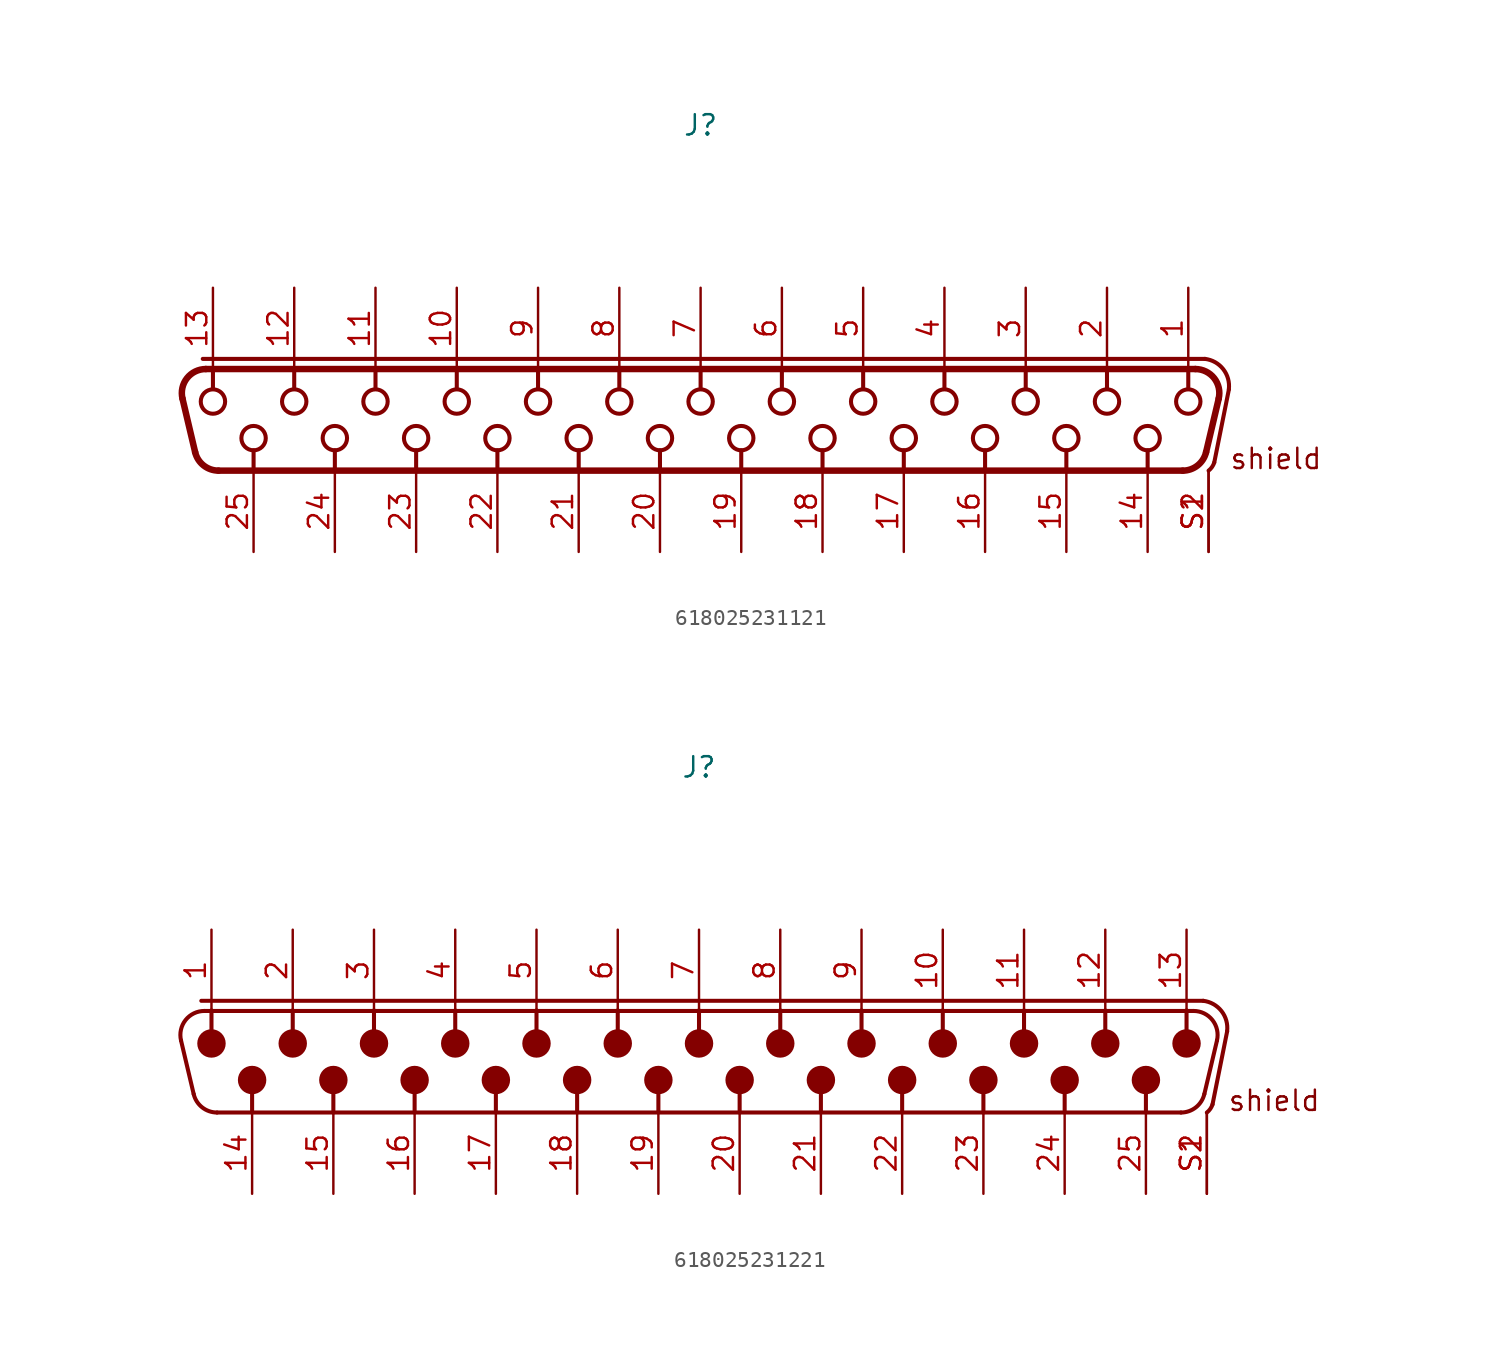
<source format=kicad_sym>
(kicad_symbol_lib
  (version 20241209)
  (generator "kicad_symbol_editor")
  (generator_version "9.0")
  (symbol "618025231121"
    (pin_names
      (hide yes))
    (property "Reference" "J"
      (at 0 17.78 0)
      (effects (font (size 1.27 1.27))))
    (symbol "618025231121_1_0"
      (polyline (pts (xy -31.593 -2.655) (xy -32.384 0.695)) (stroke (width 0.406) (type solid)) (fill (type none)))
      (polyline (pts (xy -31.115 3.175) (xy 31.52 3.175)) (stroke (width 0.254) (type solid)) (fill (type none)))
      (polyline (pts (xy -30.924 2.54) (xy 30.924 2.54)) (stroke (width 0.406) (type solid)) (fill (type none)))
      (arc (start -32.3842 0.695) (mid -32.1007 1.9707) (end -30.9243 2.54) (stroke (width 0.4064) (type solid)) (fill (type none)))
      (polyline (pts (xy -30.48 2.58) (xy -30.48 1.3)) (stroke (width 0.254) (type solid)) (fill (type none)))
      (circle (center -30.48 0.508) (radius 0.762) (stroke (width 0.254) (type solid)) (fill (type none)))
      (arc (start -30.133 -3.81) (mid -31.0638 -3.4862) (end -31.5928 -2.6547) (stroke (width 0.4064) (type solid)) (fill (type none)))
      (circle (center -27.94 -1.778) (radius 0.762) (stroke (width 0.254) (type solid)) (fill (type none)))
      (polyline (pts (xy -27.94 -2.54) (xy -27.94 -3.82)) (stroke (width 0.254) (type solid)) (fill (type none)))
      (polyline (pts (xy -25.4 2.58) (xy -25.4 1.3)) (stroke (width 0.254) (type solid)) (fill (type none)))
      (circle (center -25.4 0.508) (radius 0.762) (stroke (width 0.254) (type solid)) (fill (type none)))
      (circle (center -22.86 -1.778) (radius 0.762) (stroke (width 0.254) (type solid)) (fill (type none)))
      (polyline (pts (xy -22.86 -2.54) (xy -22.86 -3.82)) (stroke (width 0.254) (type solid)) (fill (type none)))
      (polyline (pts (xy -20.32 2.58) (xy -20.32 1.3)) (stroke (width 0.254) (type solid)) (fill (type none)))
      (circle (center -20.32 0.508) (radius 0.762) (stroke (width 0.254) (type solid)) (fill (type none)))
      (circle (center -17.78 -1.778) (radius 0.762) (stroke (width 0.254) (type solid)) (fill (type none)))
      (polyline (pts (xy -17.78 -2.54) (xy -17.78 -3.82)) (stroke (width 0.254) (type solid)) (fill (type none)))
      (polyline (pts (xy -15.24 2.58) (xy -15.24 1.3)) (stroke (width 0.254) (type solid)) (fill (type none)))
      (circle (center -15.24 0.508) (radius 0.762) (stroke (width 0.254) (type solid)) (fill (type none)))
      (circle (center -12.7 -1.778) (radius 0.762) (stroke (width 0.254) (type solid)) (fill (type none)))
      (polyline (pts (xy -12.7 -2.54) (xy -12.7 -3.82)) (stroke (width 0.254) (type solid)) (fill (type none)))
      (polyline (pts (xy -10.16 2.58) (xy -10.16 1.3)) (stroke (width 0.254) (type solid)) (fill (type none)))
      (circle (center -10.16 0.508) (radius 0.762) (stroke (width 0.254) (type solid)) (fill (type none)))
      (circle (center -7.62 -1.778) (radius 0.762) (stroke (width 0.254) (type solid)) (fill (type none)))
      (polyline (pts (xy -7.62 -2.54) (xy -7.62 -3.82)) (stroke (width 0.254) (type solid)) (fill (type none)))
      (polyline (pts (xy -5.08 2.58) (xy -5.08 1.3)) (stroke (width 0.254) (type solid)) (fill (type none)))
      (circle (center -5.08 0.508) (radius 0.762) (stroke (width 0.254) (type solid)) (fill (type none)))
      (circle (center -2.54 -1.778) (radius 0.762) (stroke (width 0.254) (type solid)) (fill (type none)))
      (polyline (pts (xy -2.54 -2.54) (xy -2.54 -3.82)) (stroke (width 0.254) (type solid)) (fill (type none)))
      (polyline (pts (xy 0 2.58) (xy 0 1.3)) (stroke (width 0.254) (type solid)) (fill (type none)))
      (circle (center 0 0.508) (radius 0.762) (stroke (width 0.254) (type solid)) (fill (type none)))
      (circle (center 2.54 -1.778) (radius 0.762) (stroke (width 0.254) (type solid)) (fill (type none)))
      (polyline (pts (xy 2.54 -2.54) (xy 2.54 -3.82)) (stroke (width 0.254) (type solid)) (fill (type none)))
      (polyline (pts (xy 5.08 2.58) (xy 5.08 1.3)) (stroke (width 0.254) (type solid)) (fill (type none)))
      (circle (center 5.08 0.508) (radius 0.762) (stroke (width 0.254) (type solid)) (fill (type none)))
      (circle (center 7.62 -1.778) (radius 0.762) (stroke (width 0.254) (type solid)) (fill (type none)))
      (polyline (pts (xy 7.62 -2.54) (xy 7.62 -3.82)) (stroke (width 0.254) (type solid)) (fill (type none)))
      (polyline (pts (xy 10.16 2.58) (xy 10.16 1.3)) (stroke (width 0.254) (type solid)) (fill (type none)))
      (circle (center 10.16 0.508) (radius 0.762) (stroke (width 0.254) (type solid)) (fill (type none)))
      (circle (center 12.7 -1.778) (radius 0.762) (stroke (width 0.254) (type solid)) (fill (type none)))
      (polyline (pts (xy 12.7 -2.54) (xy 12.7 -3.82)) (stroke (width 0.254) (type solid)) (fill (type none)))
      (polyline (pts (xy 15.24 2.58) (xy 15.24 1.3)) (stroke (width 0.254) (type solid)) (fill (type none)))
      (circle (center 15.24 0.508) (radius 0.762) (stroke (width 0.254) (type solid)) (fill (type none)))
      (circle (center 17.78 -1.778) (radius 0.762) (stroke (width 0.254) (type solid)) (fill (type none)))
      (polyline (pts (xy 17.78 -2.54) (xy 17.78 -3.82)) (stroke (width 0.254) (type solid)) (fill (type none)))
      (polyline (pts (xy 20.32 2.58) (xy 20.32 1.3)) (stroke (width 0.254) (type solid)) (fill (type none)))
      (circle (center 20.32 0.508) (radius 0.762) (stroke (width 0.254) (type solid)) (fill (type none)))
      (circle (center 22.86 -1.778) (radius 0.762) (stroke (width 0.254) (type solid)) (fill (type none)))
      (polyline (pts (xy 22.86 -2.54) (xy 22.86 -3.82)) (stroke (width 0.254) (type solid)) (fill (type none)))
      (polyline (pts (xy 25.4 2.58) (xy 25.4 1.3)) (stroke (width 0.254) (type solid)) (fill (type none)))
      (circle (center 25.4 0.508) (radius 0.762) (stroke (width 0.254) (type solid)) (fill (type none)))
      (circle (center 27.94 -1.778) (radius 0.762) (stroke (width 0.254) (type solid)) (fill (type none)))
      (polyline (pts (xy 27.94 -2.54) (xy 27.94 -3.82)) (stroke (width 0.254) (type solid)) (fill (type none)))
      (arc (start 31.5928 -2.6548) (mid 31.0637 -3.4863) (end 30.1329 -3.81) (stroke (width 0.4064) (type solid)) (fill (type none)))
      (polyline (pts (xy 30.133 -3.81) (xy -30.133 -3.81)) (stroke (width 0.406) (type solid)) (fill (type none)))
      (polyline (pts (xy 30.48 2.58) (xy 30.48 1.3)) (stroke (width 0.254) (type solid)) (fill (type none)))
      (circle (center 30.48 0.508) (radius 0.762) (stroke (width 0.254) (type solid)) (fill (type none)))
      (arc (start 30.9243 2.54) (mid 32.1007 1.9707) (end 32.3842 0.695) (stroke (width 0.4064) (type solid)) (fill (type none)))
      (arc (start 32.1039 -3.3037) (mid 31.9648 -3.5833) (end 31.75 -3.81) (stroke (width 0.254) (type solid)) (fill (type none)))
      (arc (start 31.52 3.175) (mid 32.6664 2.5346) (end 33.02 1.27) (stroke (width 0.254) (type solid)) (fill (type none)))
      (polyline (pts (xy 32.104 -3.304) (xy 33.02 1.27)) (stroke (width 0.254) (type solid)) (fill (type none)))
      (polyline (pts (xy 32.384 0.695) (xy 31.593 -2.655)) (stroke (width 0.406) (type solid)) (fill (type none)))
      (text "shield" (at 33.02 -3.81 0) (effects (font (size 1.27 1.27)) (justify left bottom)))
      (pin passive line (at -30.48 7.62 270) (length 5.08) (name "13" (effects (font (size 1.27 1.27)))) (number "13" (effects (font (size 1.27 1.27)))))
      (pin passive line (at -27.94 -8.89 90) (length 5.08) (name "25" (effects (font (size 1.27 1.27)))) (number "25" (effects (font (size 1.27 1.27)))))
      (pin passive line (at -25.4 7.62 270) (length 5.08) (name "12" (effects (font (size 1.27 1.27)))) (number "12" (effects (font (size 1.27 1.27)))))
      (pin passive line (at -22.86 -8.89 90) (length 5.08) (name "24" (effects (font (size 1.27 1.27)))) (number "24" (effects (font (size 1.27 1.27)))))
      (pin passive line (at -20.32 7.62 270) (length 5.08) (name "11" (effects (font (size 1.27 1.27)))) (number "11" (effects (font (size 1.27 1.27)))))
      (pin passive line (at -17.78 -8.89 90) (length 5.08) (name "23" (effects (font (size 1.27 1.27)))) (number "23" (effects (font (size 1.27 1.27)))))
      (pin passive line (at -15.24 7.62 270) (length 5.08) (name "10" (effects (font (size 1.27 1.27)))) (number "10" (effects (font (size 1.27 1.27)))))
      (pin passive line (at -12.7 -8.89 90) (length 5.08) (name "22" (effects (font (size 1.27 1.27)))) (number "22" (effects (font (size 1.27 1.27)))))
      (pin passive line (at -10.16 7.62 270) (length 5.08) (name "9" (effects (font (size 1.27 1.27)))) (number "9" (effects (font (size 1.27 1.27)))))
      (pin passive line (at -7.62 -8.89 90) (length 5.08) (name "21" (effects (font (size 1.27 1.27)))) (number "21" (effects (font (size 1.27 1.27)))))
      (pin passive line (at -5.08 7.62 270) (length 5.08) (name "8" (effects (font (size 1.27 1.27)))) (number "8" (effects (font (size 1.27 1.27)))))
      (pin passive line (at -2.54 -8.89 90) (length 5.08) (name "20" (effects (font (size 1.27 1.27)))) (number "20" (effects (font (size 1.27 1.27)))))
      (pin passive line (at 0 7.62 270) (length 5.08) (name "7" (effects (font (size 1.27 1.27)))) (number "7" (effects (font (size 1.27 1.27)))))
      (pin passive line (at 2.54 -8.89 90) (length 5.08) (name "19" (effects (font (size 1.27 1.27)))) (number "19" (effects (font (size 1.27 1.27)))))
      (pin passive line (at 5.08 7.62 270) (length 5.08) (name "6" (effects (font (size 1.27 1.27)))) (number "6" (effects (font (size 1.27 1.27)))))
      (pin passive line (at 7.62 -8.89 90) (length 5.08) (name "18" (effects (font (size 1.27 1.27)))) (number "18" (effects (font (size 1.27 1.27)))))
      (pin passive line (at 10.16 7.62 270) (length 5.08) (name "5" (effects (font (size 1.27 1.27)))) (number "5" (effects (font (size 1.27 1.27)))))
      (pin passive line (at 12.7 -8.89 90) (length 5.08) (name "17" (effects (font (size 1.27 1.27)))) (number "17" (effects (font (size 1.27 1.27)))))
      (pin passive line (at 15.24 7.62 270) (length 5.08) (name "4" (effects (font (size 1.27 1.27)))) (number "4" (effects (font (size 1.27 1.27)))))
      (pin passive line (at 17.78 -8.89 90) (length 5.08) (name "16" (effects (font (size 1.27 1.27)))) (number "16" (effects (font (size 1.27 1.27)))))
      (pin passive line (at 20.32 7.62 270) (length 5.08) (name "3" (effects (font (size 1.27 1.27)))) (number "3" (effects (font (size 1.27 1.27)))))
      (pin passive line (at 22.86 -8.89 90) (length 5.08) (name "15" (effects (font (size 1.27 1.27)))) (number "15" (effects (font (size 1.27 1.27)))))
      (pin passive line (at 25.4 7.62 270) (length 5.08) (name "2" (effects (font (size 1.27 1.27)))) (number "2" (effects (font (size 1.27 1.27)))))
      (pin passive line (at 27.94 -8.89 90) (length 5.08) (name "14" (effects (font (size 1.27 1.27)))) (number "14" (effects (font (size 1.27 1.27)))))
      (pin passive line (at 30.48 7.62 270) (length 5.08) (name "1" (effects (font (size 1.27 1.27)))) (number "1" (effects (font (size 1.27 1.27)))))
      (pin passive line (at 31.75 -8.89 90) (length 5.08) (name "SHIELD" (effects (font (size 1.27 1.27)))) (number "S1" (effects (font (size 1.27 1.27)))))
      (pin passive line (at 31.75 -8.89 90) (length 5.08) (name "SHIELD" (effects (font (size 1.27 1.27)))) (number "S2" (effects (font (size 1.27 1.27)))))))
  (symbol "618025231221"
    (pin_names
      (hide yes))
    (property "Reference" "J"
      (at 0 17.78 0)
      (effects (font (size 1.27 1.27))))
    (symbol "618025231221_1_0"
      (polyline (pts (xy -31.593 -2.655) (xy -32.384 0.695)) (stroke (width 0.254) (type solid)) (fill (type none)))
      (polyline (pts (xy -31.115 3.175) (xy 31.52 3.175)) (stroke (width 0.254) (type solid)) (fill (type none)))
      (polyline (pts (xy -30.924 2.54) (xy 30.924 2.54)) (stroke (width 0.254) (type solid)) (fill (type none)))
      (arc (start -32.3842 0.695) (mid -32.1007 1.9707) (end -30.9243 2.54) (stroke (width 0.254) (type solid)) (fill (type none)))
      (polyline (pts (xy -30.48 2.58) (xy -30.48 0.4)) (stroke (width 0.254) (type solid)) (fill (type none)))
      (circle (center -30.48 0.508) (radius 0.762) (stroke (width 0.254) (type solid)) (fill (type outline)))
      (arc (start -30.133 -3.81) (mid -31.0638 -3.4862) (end -31.5928 -2.6547) (stroke (width 0.254) (type solid)) (fill (type none)))
      (circle (center -27.94 -1.778) (radius 0.762) (stroke (width 0.254) (type solid)) (fill (type outline)))
      (polyline (pts (xy -27.94 -3.81) (xy -27.94 -1.63)) (stroke (width 0.254) (type solid)) (fill (type none)))
      (polyline (pts (xy -25.4 2.58) (xy -25.4 0.4)) (stroke (width 0.254) (type solid)) (fill (type none)))
      (circle (center -25.4 0.508) (radius 0.762) (stroke (width 0.254) (type solid)) (fill (type outline)))
      (circle (center -22.86 -1.778) (radius 0.762) (stroke (width 0.254) (type solid)) (fill (type outline)))
      (polyline (pts (xy -22.86 -3.81) (xy -22.86 -1.63)) (stroke (width 0.254) (type solid)) (fill (type none)))
      (polyline (pts (xy -20.32 2.58) (xy -20.32 0.4)) (stroke (width 0.254) (type solid)) (fill (type none)))
      (circle (center -20.32 0.508) (radius 0.762) (stroke (width 0.254) (type solid)) (fill (type outline)))
      (circle (center -17.78 -1.778) (radius 0.762) (stroke (width 0.254) (type solid)) (fill (type outline)))
      (polyline (pts (xy -17.78 -3.81) (xy -17.78 -1.63)) (stroke (width 0.254) (type solid)) (fill (type none)))
      (polyline (pts (xy -15.24 2.58) (xy -15.24 0.4)) (stroke (width 0.254) (type solid)) (fill (type none)))
      (circle (center -15.24 0.508) (radius 0.762) (stroke (width 0.254) (type solid)) (fill (type outline)))
      (circle (center -12.7 -1.778) (radius 0.762) (stroke (width 0.254) (type solid)) (fill (type outline)))
      (polyline (pts (xy -12.7 -3.81) (xy -12.7 -1.63)) (stroke (width 0.254) (type solid)) (fill (type none)))
      (polyline (pts (xy -10.16 2.58) (xy -10.16 0.4)) (stroke (width 0.254) (type solid)) (fill (type none)))
      (circle (center -10.16 0.508) (radius 0.762) (stroke (width 0.254) (type solid)) (fill (type outline)))
      (circle (center -7.62 -1.778) (radius 0.762) (stroke (width 0.254) (type solid)) (fill (type outline)))
      (polyline (pts (xy -7.62 -3.81) (xy -7.62 -1.63)) (stroke (width 0.254) (type solid)) (fill (type none)))
      (polyline (pts (xy -5.08 2.58) (xy -5.08 0.4)) (stroke (width 0.254) (type solid)) (fill (type none)))
      (circle (center -5.08 0.508) (radius 0.762) (stroke (width 0.254) (type solid)) (fill (type outline)))
      (circle (center -2.54 -1.778) (radius 0.762) (stroke (width 0.254) (type solid)) (fill (type outline)))
      (polyline (pts (xy -2.54 -3.81) (xy -2.54 -1.63)) (stroke (width 0.254) (type solid)) (fill (type none)))
      (polyline (pts (xy 0 2.58) (xy 0 0.4)) (stroke (width 0.254) (type solid)) (fill (type none)))
      (circle (center 0 0.508) (radius 0.762) (stroke (width 0.254) (type solid)) (fill (type outline)))
      (circle (center 2.54 -1.778) (radius 0.762) (stroke (width 0.254) (type solid)) (fill (type outline)))
      (polyline (pts (xy 2.54 -3.81) (xy 2.54 -1.63)) (stroke (width 0.254) (type solid)) (fill (type none)))
      (polyline (pts (xy 5.08 2.58) (xy 5.08 0.4)) (stroke (width 0.254) (type solid)) (fill (type none)))
      (circle (center 5.08 0.508) (radius 0.762) (stroke (width 0.254) (type solid)) (fill (type outline)))
      (circle (center 7.62 -1.778) (radius 0.762) (stroke (width 0.254) (type solid)) (fill (type outline)))
      (polyline (pts (xy 7.62 -3.81) (xy 7.62 -1.63)) (stroke (width 0.254) (type solid)) (fill (type none)))
      (polyline (pts (xy 10.16 2.58) (xy 10.16 0.4)) (stroke (width 0.254) (type solid)) (fill (type none)))
      (circle (center 10.16 0.508) (radius 0.762) (stroke (width 0.254) (type solid)) (fill (type outline)))
      (circle (center 12.7 -1.778) (radius 0.762) (stroke (width 0.254) (type solid)) (fill (type outline)))
      (polyline (pts (xy 12.7 -3.81) (xy 12.7 -1.63)) (stroke (width 0.254) (type solid)) (fill (type none)))
      (polyline (pts (xy 15.24 2.58) (xy 15.24 0.4)) (stroke (width 0.254) (type solid)) (fill (type none)))
      (circle (center 15.24 0.508) (radius 0.762) (stroke (width 0.254) (type solid)) (fill (type outline)))
      (circle (center 17.78 -1.778) (radius 0.762) (stroke (width 0.254) (type solid)) (fill (type outline)))
      (polyline (pts (xy 17.78 -3.81) (xy 17.78 -1.63)) (stroke (width 0.254) (type solid)) (fill (type none)))
      (polyline (pts (xy 20.32 2.58) (xy 20.32 0.4)) (stroke (width 0.254) (type solid)) (fill (type none)))
      (circle (center 20.32 0.508) (radius 0.762) (stroke (width 0.254) (type solid)) (fill (type outline)))
      (circle (center 22.86 -1.778) (radius 0.762) (stroke (width 0.254) (type solid)) (fill (type outline)))
      (polyline (pts (xy 22.86 -3.81) (xy 22.86 -1.63)) (stroke (width 0.254) (type solid)) (fill (type none)))
      (polyline (pts (xy 25.4 2.58) (xy 25.4 0.4)) (stroke (width 0.254) (type solid)) (fill (type none)))
      (circle (center 25.4 0.508) (radius 0.762) (stroke (width 0.254) (type solid)) (fill (type outline)))
      (circle (center 27.94 -1.778) (radius 0.762) (stroke (width 0.254) (type solid)) (fill (type outline)))
      (polyline (pts (xy 27.94 -3.81) (xy 27.94 -1.63)) (stroke (width 0.254) (type solid)) (fill (type none)))
      (arc (start 31.5928 -2.6548) (mid 31.0637 -3.4863) (end 30.1329 -3.81) (stroke (width 0.254) (type solid)) (fill (type none)))
      (polyline (pts (xy 30.133 -3.81) (xy -30.133 -3.81)) (stroke (width 0.254) (type solid)) (fill (type none)))
      (polyline (pts (xy 30.48 2.58) (xy 30.48 0.4)) (stroke (width 0.254) (type solid)) (fill (type none)))
      (circle (center 30.48 0.508) (radius 0.762) (stroke (width 0.254) (type solid)) (fill (type outline)))
      (arc (start 30.9243 2.54) (mid 32.1007 1.9707) (end 32.3842 0.695) (stroke (width 0.254) (type solid)) (fill (type none)))
      (arc (start 32.1039 -3.3037) (mid 31.9648 -3.5833) (end 31.75 -3.81) (stroke (width 0.254) (type solid)) (fill (type none)))
      (arc (start 31.52 3.175) (mid 32.6664 2.5346) (end 33.02 1.27) (stroke (width 0.254) (type solid)) (fill (type none)))
      (polyline (pts (xy 32.104 -3.304) (xy 33.02 1.27)) (stroke (width 0.254) (type solid)) (fill (type none)))
      (polyline (pts (xy 32.384 0.695) (xy 31.593 -2.655)) (stroke (width 0.254) (type solid)) (fill (type none)))
      (pin passive line (at -30.48 7.62 270) (length 5.08) (name "1" (effects (font (size 1.27 1.27)))) (number "1" (effects (font (size 1.27 1.27)))))
      (pin passive line (at -27.94 -8.89 90) (length 5.08) (name "14" (effects (font (size 1.27 1.27)))) (number "14" (effects (font (size 1.27 1.27)))))
      (pin passive line (at -25.4 7.62 270) (length 5.08) (name "2" (effects (font (size 1.27 1.27)))) (number "2" (effects (font (size 1.27 1.27)))))
      (pin passive line (at -22.86 -8.89 90) (length 5.08) (name "15" (effects (font (size 1.27 1.27)))) (number "15" (effects (font (size 1.27 1.27)))))
      (pin passive line (at -20.32 7.62 270) (length 5.08) (name "3" (effects (font (size 1.27 1.27)))) (number "3" (effects (font (size 1.27 1.27)))))
      (pin passive line (at -17.78 -8.89 90) (length 5.08) (name "16" (effects (font (size 1.27 1.27)))) (number "16" (effects (font (size 1.27 1.27)))))
      (pin passive line (at -15.24 7.62 270) (length 5.08) (name "4" (effects (font (size 1.27 1.27)))) (number "4" (effects (font (size 1.27 1.27)))))
      (pin passive line (at -12.7 -8.89 90) (length 5.08) (name "17" (effects (font (size 1.27 1.27)))) (number "17" (effects (font (size 1.27 1.27)))))
      (pin passive line (at -10.16 7.62 270) (length 5.08) (name "5" (effects (font (size 1.27 1.27)))) (number "5" (effects (font (size 1.27 1.27)))))
      (pin passive line (at -7.62 -8.89 90) (length 5.08) (name "18" (effects (font (size 1.27 1.27)))) (number "18" (effects (font (size 1.27 1.27)))))
      (pin passive line (at -5.08 7.62 270) (length 5.08) (name "6" (effects (font (size 1.27 1.27)))) (number "6" (effects (font (size 1.27 1.27)))))
      (pin passive line (at -2.54 -8.89 90) (length 5.08) (name "19" (effects (font (size 1.27 1.27)))) (number "19" (effects (font (size 1.27 1.27)))))
      (pin passive line (at 0 7.62 270) (length 5.08) (name "7" (effects (font (size 1.27 1.27)))) (number "7" (effects (font (size 1.27 1.27)))))
      (pin passive line (at 2.54 -8.89 90) (length 5.08) (name "20" (effects (font (size 1.27 1.27)))) (number "20" (effects (font (size 1.27 1.27)))))
      (pin passive line (at 5.08 7.62 270) (length 5.08) (name "8" (effects (font (size 1.27 1.27)))) (number "8" (effects (font (size 1.27 1.27)))))
      (pin passive line (at 7.62 -8.89 90) (length 5.08) (name "21" (effects (font (size 1.27 1.27)))) (number "21" (effects (font (size 1.27 1.27)))))
      (pin passive line (at 10.16 7.62 270) (length 5.08) (name "9" (effects (font (size 1.27 1.27)))) (number "9" (effects (font (size 1.27 1.27)))))
      (pin passive line (at 12.7 -8.89 90) (length 5.08) (name "22" (effects (font (size 1.27 1.27)))) (number "22" (effects (font (size 1.27 1.27)))))
      (pin passive line (at 15.24 7.62 270) (length 5.08) (name "10" (effects (font (size 1.27 1.27)))) (number "10" (effects (font (size 1.27 1.27)))))
      (pin passive line (at 17.78 -8.89 90) (length 5.08) (name "23" (effects (font (size 1.27 1.27)))) (number "23" (effects (font (size 1.27 1.27)))))
      (pin passive line (at 20.32 7.62 270) (length 5.08) (name "11" (effects (font (size 1.27 1.27)))) (number "11" (effects (font (size 1.27 1.27)))))
      (pin passive line (at 22.86 -8.89 90) (length 5.08) (name "24" (effects (font (size 1.27 1.27)))) (number "24" (effects (font (size 1.27 1.27)))))
      (pin passive line (at 25.4 7.62 270) (length 5.08) (name "12" (effects (font (size 1.27 1.27)))) (number "12" (effects (font (size 1.27 1.27)))))
      (pin passive line (at 27.94 -8.89 90) (length 5.08) (name "25" (effects (font (size 1.27 1.27)))) (number "25" (effects (font (size 1.27 1.27)))))
      (pin passive line (at 30.48 7.62 270) (length 5.08) (name "13" (effects (font (size 1.27 1.27)))) (number "13" (effects (font (size 1.27 1.27)))))
      (pin passive line (at 31.75 -8.89 90) (length 5.08) (name "SHIELD" (effects (font (size 1.27 1.27)))) (number "S1" (effects (font (size 1.27 1.27)))))
      (pin passive line (at 31.75 -8.89 90) (length 5.08) (name "SHIELD" (effects (font (size 1.27 1.27)))) (number "S2" (effects (font (size 1.27 1.27))))))
    (symbol "618025231221_1_1"
      (text "shield" (at 33.02 -3.81 0) (effects (font (size 1.27 1.27)) (justify left bottom))))))
</source>
